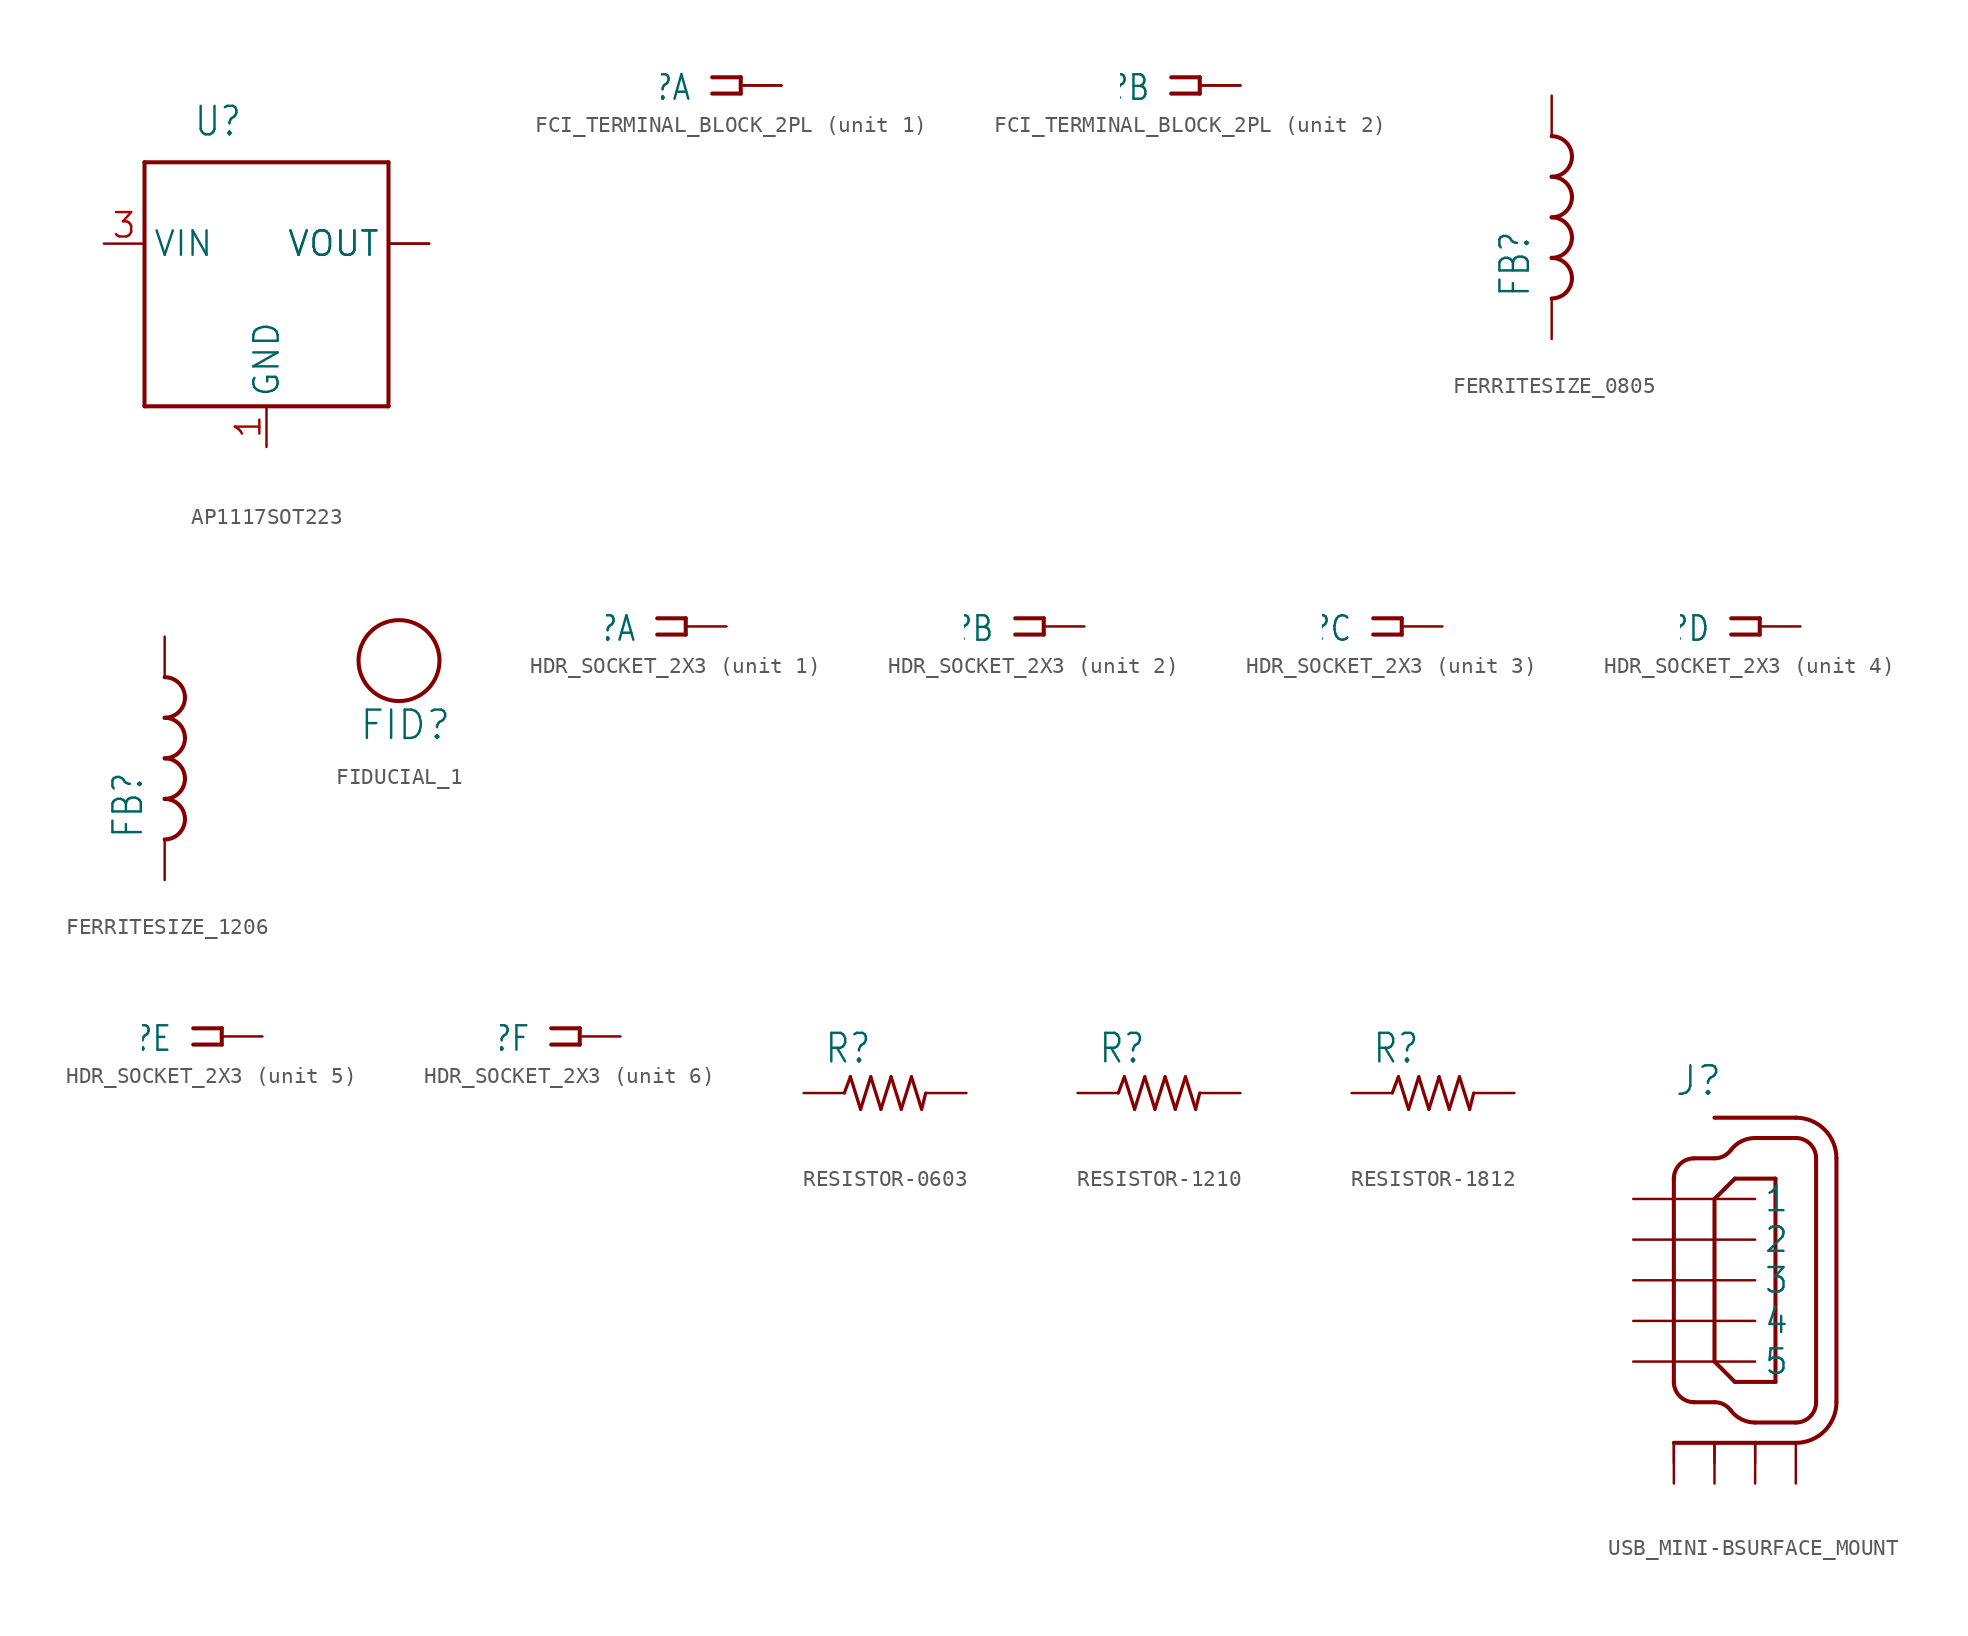
<source format=kicad_sym>
(kicad_symbol_lib
  (version 20241209)
  (generator "kicad_symbol_editor")
  (generator_version "9.0")
  (symbol "AP1117SOT223"
    (property "Reference" "U"
      (at -4.572 9.144 0)
      (effects (font (size 1.778 1.511)) (justify left bottom)))
    (property "Value" ""
      (at 5.588 -11.176 0)
      (effects (font (size 1.778 1.511)) (justify left bottom)))
    (property "ki_locked" ""
      (at 0 0 0)
      (effects (font (size 1.27 1.27))))
    (symbol "AP1117SOT223_1_0"
      (polyline (pts (xy -7.62 7.62) (xy 7.62 7.62)) (stroke (width 0.254) (type solid)) (fill (type none)))
      (polyline (pts (xy -7.62 -7.62) (xy -7.62 7.62)) (stroke (width 0.254) (type solid)) (fill (type none)))
      (polyline (pts (xy 7.62 7.62) (xy 7.62 -7.62)) (stroke (width 0.254) (type solid)) (fill (type none)))
      (polyline (pts (xy 7.62 -7.62) (xy -7.62 -7.62)) (stroke (width 0.254) (type solid)) (fill (type none)))
      (pin input line (at -10.16 2.54 0) (length 2.54) (name "VIN" (effects (font (size 1.524 1.524)))) (number "3" (effects (font (size 1.524 1.524)))))
      (pin power_in line (at 0 -10.16 90) (length 2.54) (name "GND" (effects (font (size 1.524 1.524)))) (number "1" (effects (font (size 1.524 1.524)))))
      (pin bidirectional line (at 10.16 2.54 180) (length 2.54) (name "VOUT" (effects (font (size 1.524 1.524)))) (number "2" (effects (font (size 0 0)))))
      (pin bidirectional line (at 10.16 2.54 180) (length 2.54) (name "VOUT" (effects (font (size 1.524 1.524)))) (number "4" (effects (font (size 0 0)))))))
  (symbol "FCI_TERMINAL_BLOCK_2PL"
    (property "Reference" "J"
      (at -3.048 0.762 0)
      (effects (font (size 1.524 1.295)) (justify right top)))
    (property "ki_locked" ""
      (at 0 0 0)
      (effects (font (size 1.27 1.27))))
    (symbol "FCI_TERMINAL_BLOCK_2PL_1_0"
      (polyline (pts (xy -1.778 0.508) (xy 0 0.508)) (stroke (width 0.254) (type solid)) (fill (type none)))
      (polyline (pts (xy 0 0.508) (xy 0 -0.508)) (stroke (width 0.254) (type solid)) (fill (type none)))
      (polyline (pts (xy 0 -0.508) (xy -1.778 -0.508)) (stroke (width 0.254) (type solid)) (fill (type none)))
      (pin passive line (at 2.54 0 180) (length 2.54) (name "1" (effects (font (size 0 0)))) (number "1A" (effects (font (size 0 0)))))
      (pin passive line (at 2.54 0 180) (length 2.54) (name "1" (effects (font (size 0 0)))) (number "1B" (effects (font (size 0 0))))))
    (symbol "FCI_TERMINAL_BLOCK_2PL_2_0"
      (polyline (pts (xy -1.778 0.508) (xy 0 0.508)) (stroke (width 0.254) (type solid)) (fill (type none)))
      (polyline (pts (xy 0 0.508) (xy 0 -0.508)) (stroke (width 0.254) (type solid)) (fill (type none)))
      (polyline (pts (xy 0 -0.508) (xy -1.778 -0.508)) (stroke (width 0.254) (type solid)) (fill (type none)))
      (pin passive line (at 2.54 0 180) (length 2.54) (name "1" (effects (font (size 0 0)))) (number "2A" (effects (font (size 0 0)))))
      (pin passive line (at 2.54 0 180) (length 2.54) (name "1" (effects (font (size 0 0)))) (number "2B" (effects (font (size 0 0)))))))
  (symbol "FERRITESIZE_0805"
    (property "Reference" "FB"
      (at -1.27 -5.08 90)
      (effects (font (size 1.778 1.511)) (justify left bottom)))
    (property "Value" ""
      (at 3.81 -5.08 90)
      (effects (font (size 1.778 1.511)) (justify left bottom)))
    (property "ki_locked" ""
      (at 0 0 0)
      (effects (font (size 1.27 1.27))))
    (symbol "FERRITESIZE_0805_1_0"
      (arc (start 0 5.08) (mid 0.898 4.708) (end 1.27 3.81) (stroke (width 0.254) (type solid)) (fill (type none)))
      (arc (start 1.27 3.81) (mid 0.898 2.912) (end 0 2.54) (stroke (width 0.254) (type solid)) (fill (type none)))
      (arc (start 0 2.54) (mid 0.898 2.168) (end 1.27 1.27) (stroke (width 0.254) (type solid)) (fill (type none)))
      (arc (start 1.27 1.27) (mid 0.898 0.372) (end 0 0) (stroke (width 0.254) (type solid)) (fill (type none)))
      (arc (start 0 0) (mid 0.898 -0.372) (end 1.27 -1.27) (stroke (width 0.254) (type solid)) (fill (type none)))
      (arc (start 1.27 -1.27) (mid 0.898 -2.168) (end 0 -2.54) (stroke (width 0.254) (type solid)) (fill (type none)))
      (arc (start 0 -2.54) (mid 0.898 -2.912) (end 1.27 -3.81) (stroke (width 0.254) (type solid)) (fill (type none)))
      (arc (start 1.27 -3.81) (mid 0.898 -4.708) (end 0 -5.08) (stroke (width 0.254) (type solid)) (fill (type none)))
      (pin passive line (at 0 7.62 270) (length 2.54) (name "1" (effects (font (size 0 0)))) (number "1" (effects (font (size 0 0)))))
      (pin passive line (at 0 -7.62 90) (length 2.54) (name "2" (effects (font (size 0 0)))) (number "2" (effects (font (size 0 0)))))))
  (symbol "FERRITESIZE_1206"
    (property "Reference" "FB"
      (at -1.27 -5.08 90)
      (effects (font (size 1.778 1.511)) (justify left bottom)))
    (property "Value" ""
      (at 3.81 -5.08 90)
      (effects (font (size 1.778 1.511)) (justify left bottom)))
    (property "ki_locked" ""
      (at 0 0 0)
      (effects (font (size 1.27 1.27))))
    (symbol "FERRITESIZE_1206_1_0"
      (arc (start 0 5.08) (mid 0.898 4.708) (end 1.27 3.81) (stroke (width 0.254) (type solid)) (fill (type none)))
      (arc (start 1.27 3.81) (mid 0.898 2.912) (end 0 2.54) (stroke (width 0.254) (type solid)) (fill (type none)))
      (arc (start 0 2.54) (mid 0.898 2.168) (end 1.27 1.27) (stroke (width 0.254) (type solid)) (fill (type none)))
      (arc (start 1.27 1.27) (mid 0.898 0.372) (end 0 0) (stroke (width 0.254) (type solid)) (fill (type none)))
      (arc (start 0 0) (mid 0.898 -0.372) (end 1.27 -1.27) (stroke (width 0.254) (type solid)) (fill (type none)))
      (arc (start 1.27 -1.27) (mid 0.898 -2.168) (end 0 -2.54) (stroke (width 0.254) (type solid)) (fill (type none)))
      (arc (start 0 -2.54) (mid 0.898 -2.912) (end 1.27 -3.81) (stroke (width 0.254) (type solid)) (fill (type none)))
      (arc (start 1.27 -3.81) (mid 0.898 -4.708) (end 0 -5.08) (stroke (width 0.254) (type solid)) (fill (type none)))
      (pin passive line (at 0 7.62 270) (length 2.54) (name "1" (effects (font (size 0 0)))) (number "1" (effects (font (size 0 0)))))
      (pin passive line (at 0 -7.62 90) (length 2.54) (name "2" (effects (font (size 0 0)))) (number "2" (effects (font (size 0 0)))))))
  (symbol "FIDUCIAL_1"
    (property "Reference" "FID"
      (at -2.54 -5.08 0)
      (effects (font (size 1.778 1.778)) (justify left bottom)))
    (property "ki_locked" ""
      (at 0 0 0)
      (effects (font (size 1.27 1.27))))
    (symbol "FIDUCIAL_1_1_0"
      (circle (center 0 0) (radius 2.54) (stroke (width 0.254) (type solid)) (fill (type none)))))
  (symbol "HDR_SOCKET_2X3"
    (property "Reference" "J"
      (at -3.048 0.762 0)
      (effects (font (size 1.524 1.295)) (justify right top)))
    (property "ki_locked" ""
      (at 0 0 0)
      (effects (font (size 1.27 1.27))))
    (symbol "HDR_SOCKET_2X3_1_0"
      (polyline (pts (xy -1.778 0.508) (xy 0 0.508)) (stroke (width 0.254) (type solid)) (fill (type none)))
      (polyline (pts (xy 0 0.508) (xy 0 -0.508)) (stroke (width 0.254) (type solid)) (fill (type none)))
      (polyline (pts (xy 0 -0.508) (xy -1.778 -0.508)) (stroke (width 0.254) (type solid)) (fill (type none)))
      (pin passive line (at 2.54 0 180) (length 2.54) (name "1" (effects (font (size 0 0)))) (number "1" (effects (font (size 0 0))))))
    (symbol "HDR_SOCKET_2X3_2_0"
      (polyline (pts (xy -1.778 0.508) (xy 0 0.508)) (stroke (width 0.254) (type solid)) (fill (type none)))
      (polyline (pts (xy 0 0.508) (xy 0 -0.508)) (stroke (width 0.254) (type solid)) (fill (type none)))
      (polyline (pts (xy 0 -0.508) (xy -1.778 -0.508)) (stroke (width 0.254) (type solid)) (fill (type none)))
      (pin passive line (at 2.54 0 180) (length 2.54) (name "1" (effects (font (size 0 0)))) (number "2" (effects (font (size 0 0))))))
    (symbol "HDR_SOCKET_2X3_3_0"
      (polyline (pts (xy -1.778 0.508) (xy 0 0.508)) (stroke (width 0.254) (type solid)) (fill (type none)))
      (polyline (pts (xy 0 0.508) (xy 0 -0.508)) (stroke (width 0.254) (type solid)) (fill (type none)))
      (polyline (pts (xy 0 -0.508) (xy -1.778 -0.508)) (stroke (width 0.254) (type solid)) (fill (type none)))
      (pin passive line (at 2.54 0 180) (length 2.54) (name "1" (effects (font (size 0 0)))) (number "3" (effects (font (size 0 0))))))
    (symbol "HDR_SOCKET_2X3_4_0"
      (polyline (pts (xy -1.778 0.508) (xy 0 0.508)) (stroke (width 0.254) (type solid)) (fill (type none)))
      (polyline (pts (xy 0 0.508) (xy 0 -0.508)) (stroke (width 0.254) (type solid)) (fill (type none)))
      (polyline (pts (xy 0 -0.508) (xy -1.778 -0.508)) (stroke (width 0.254) (type solid)) (fill (type none)))
      (pin passive line (at 2.54 0 180) (length 2.54) (name "1" (effects (font (size 0 0)))) (number "4" (effects (font (size 0 0))))))
    (symbol "HDR_SOCKET_2X3_5_0"
      (polyline (pts (xy -1.778 0.508) (xy 0 0.508)) (stroke (width 0.254) (type solid)) (fill (type none)))
      (polyline (pts (xy 0 0.508) (xy 0 -0.508)) (stroke (width 0.254) (type solid)) (fill (type none)))
      (polyline (pts (xy 0 -0.508) (xy -1.778 -0.508)) (stroke (width 0.254) (type solid)) (fill (type none)))
      (pin passive line (at 2.54 0 180) (length 2.54) (name "1" (effects (font (size 0 0)))) (number "5" (effects (font (size 0 0))))))
    (symbol "HDR_SOCKET_2X3_6_0"
      (polyline (pts (xy -1.778 0.508) (xy 0 0.508)) (stroke (width 0.254) (type solid)) (fill (type none)))
      (polyline (pts (xy 0 0.508) (xy 0 -0.508)) (stroke (width 0.254) (type solid)) (fill (type none)))
      (polyline (pts (xy 0 -0.508) (xy -1.778 -0.508)) (stroke (width 0.254) (type solid)) (fill (type none)))
      (pin passive line (at 2.54 0 180) (length 2.54) (name "1" (effects (font (size 0 0)))) (number "6" (effects (font (size 0 0)))))))
  (symbol "RESISTOR-0603"
    (property "Reference" "R"
      (at -3.81 1.753 0)
      (effects (font (size 1.778 1.511)) (justify left bottom)))
    (property "Value" ""
      (at -3.81 -3.556 0)
      (effects (font (size 1.778 1.511)) (justify left bottom)))
    (property "ki_locked" ""
      (at 0 0 0)
      (effects (font (size 1.27 1.27))))
    (symbol "RESISTOR-0603_1_0"
      (polyline (pts (xy -2.54 0) (xy -2.159 1.016)) (stroke (width 0.203) (type solid)) (fill (type none)))
      (polyline (pts (xy -2.159 1.016) (xy -1.524 -1.016)) (stroke (width 0.203) (type solid)) (fill (type none)))
      (polyline (pts (xy -1.524 -1.016) (xy -0.889 1.016)) (stroke (width 0.203) (type solid)) (fill (type none)))
      (polyline (pts (xy -0.889 1.016) (xy -0.254 -1.016)) (stroke (width 0.203) (type solid)) (fill (type none)))
      (polyline (pts (xy -0.254 -1.016) (xy 0.381 1.016)) (stroke (width 0.203) (type solid)) (fill (type none)))
      (polyline (pts (xy 0.381 1.016) (xy 1.016 -1.016)) (stroke (width 0.203) (type solid)) (fill (type none)))
      (polyline (pts (xy 1.016 -1.016) (xy 1.651 1.016)) (stroke (width 0.203) (type solid)) (fill (type none)))
      (polyline (pts (xy 1.651 1.016) (xy 2.286 -1.016)) (stroke (width 0.203) (type solid)) (fill (type none)))
      (polyline (pts (xy 2.286 -1.016) (xy 2.54 0)) (stroke (width 0.203) (type solid)) (fill (type none)))
      (pin passive line (at -5.08 0 0) (length 2.54) (name "1" (effects (font (size 0 0)))) (number "1" (effects (font (size 0 0)))))
      (pin passive line (at 5.08 0 180) (length 2.54) (name "2" (effects (font (size 0 0)))) (number "2" (effects (font (size 0 0)))))))
  (symbol "RESISTOR-1210"
    (property "Reference" "R"
      (at -3.81 1.753 0)
      (effects (font (size 1.778 1.511)) (justify left bottom)))
    (property "Value" ""
      (at -3.81 -3.556 0)
      (effects (font (size 1.778 1.511)) (justify left bottom)))
    (property "ki_locked" ""
      (at 0 0 0)
      (effects (font (size 1.27 1.27))))
    (symbol "RESISTOR-1210_1_0"
      (polyline (pts (xy -2.54 0) (xy -2.159 1.016)) (stroke (width 0.203) (type solid)) (fill (type none)))
      (polyline (pts (xy -2.159 1.016) (xy -1.524 -1.016)) (stroke (width 0.203) (type solid)) (fill (type none)))
      (polyline (pts (xy -1.524 -1.016) (xy -0.889 1.016)) (stroke (width 0.203) (type solid)) (fill (type none)))
      (polyline (pts (xy -0.889 1.016) (xy -0.254 -1.016)) (stroke (width 0.203) (type solid)) (fill (type none)))
      (polyline (pts (xy -0.254 -1.016) (xy 0.381 1.016)) (stroke (width 0.203) (type solid)) (fill (type none)))
      (polyline (pts (xy 0.381 1.016) (xy 1.016 -1.016)) (stroke (width 0.203) (type solid)) (fill (type none)))
      (polyline (pts (xy 1.016 -1.016) (xy 1.651 1.016)) (stroke (width 0.203) (type solid)) (fill (type none)))
      (polyline (pts (xy 1.651 1.016) (xy 2.286 -1.016)) (stroke (width 0.203) (type solid)) (fill (type none)))
      (polyline (pts (xy 2.286 -1.016) (xy 2.54 0)) (stroke (width 0.203) (type solid)) (fill (type none)))
      (pin passive line (at -5.08 0 0) (length 2.54) (name "1" (effects (font (size 0 0)))) (number "1" (effects (font (size 0 0)))))
      (pin passive line (at 5.08 0 180) (length 2.54) (name "2" (effects (font (size 0 0)))) (number "2" (effects (font (size 0 0)))))))
  (symbol "RESISTOR-1812"
    (property "Reference" "R"
      (at -3.81 1.753 0)
      (effects (font (size 1.778 1.511)) (justify left bottom)))
    (property "Value" ""
      (at -3.81 -3.556 0)
      (effects (font (size 1.778 1.511)) (justify left bottom)))
    (property "ki_locked" ""
      (at 0 0 0)
      (effects (font (size 1.27 1.27))))
    (symbol "RESISTOR-1812_1_0"
      (polyline (pts (xy -2.54 0) (xy -2.159 1.016)) (stroke (width 0.203) (type solid)) (fill (type none)))
      (polyline (pts (xy -2.159 1.016) (xy -1.524 -1.016)) (stroke (width 0.203) (type solid)) (fill (type none)))
      (polyline (pts (xy -1.524 -1.016) (xy -0.889 1.016)) (stroke (width 0.203) (type solid)) (fill (type none)))
      (polyline (pts (xy -0.889 1.016) (xy -0.254 -1.016)) (stroke (width 0.203) (type solid)) (fill (type none)))
      (polyline (pts (xy -0.254 -1.016) (xy 0.381 1.016)) (stroke (width 0.203) (type solid)) (fill (type none)))
      (polyline (pts (xy 0.381 1.016) (xy 1.016 -1.016)) (stroke (width 0.203) (type solid)) (fill (type none)))
      (polyline (pts (xy 1.016 -1.016) (xy 1.651 1.016)) (stroke (width 0.203) (type solid)) (fill (type none)))
      (polyline (pts (xy 1.651 1.016) (xy 2.286 -1.016)) (stroke (width 0.203) (type solid)) (fill (type none)))
      (polyline (pts (xy 2.286 -1.016) (xy 2.54 0)) (stroke (width 0.203) (type solid)) (fill (type none)))
      (pin passive line (at -5.08 0 0) (length 2.54) (name "1" (effects (font (size 0 0)))) (number "1" (effects (font (size 0 0)))))
      (pin passive line (at 5.08 0 180) (length 2.54) (name "2" (effects (font (size 0 0)))) (number "2" (effects (font (size 0 0)))))))
  (symbol "USB_MINI-BSURFACE_MOUNT"
    (property "Reference" "J"
      (at -5.08 11.43 0)
      (effects (font (size 1.778 1.778)) (justify left bottom)))
    (property "Value" ""
      (at 7.62 -7.62 90)
      (effects (font (size 1.778 1.778)) (justify left bottom)))
    (property "ki_locked" ""
      (at 0 0 0)
      (effects (font (size 1.27 1.27))))
    (symbol "USB_MINI-BSURFACE_MOUNT_1_0"
      (polyline (pts (xy -5.08 6.35) (xy -5.08 -6.35)) (stroke (width 0.254) (type solid)) (fill (type none)))
      (polyline (pts (xy -5.08 -10.16) (xy -2.54 -10.16)) (stroke (width 0.254) (type solid)) (fill (type none)))
      (polyline (pts (xy -5.08 -11.43) (xy -5.08 -10.16)) (stroke (width 0.152) (type solid)) (fill (type none)))
      (polyline (pts (xy -3.81 7.62) (xy -2.54 7.62)) (stroke (width 0.254) (type solid)) (fill (type none)))
      (arc (start -5.08 6.35) (mid -4.708 7.248) (end -3.81 7.62) (stroke (width 0.254) (type solid)) (fill (type none)))
      (arc (start -3.81 -7.62) (mid -4.708 -7.248) (end -5.08 -6.35) (stroke (width 0.254) (type solid)) (fill (type none)))
      (polyline (pts (xy -3.81 -7.62) (xy -2.54 -7.62)) (stroke (width 0.254) (type solid)) (fill (type none)))
      (arc (start -1.524 8.128) (mid -1.972 7.7541) (end -2.54 7.62) (stroke (width 0.254) (type solid)) (fill (type none)))
      (polyline (pts (xy -2.54 5.08) (xy -2.54 -5.08)) (stroke (width 0.254) (type solid)) (fill (type none)))
      (polyline (pts (xy -2.54 -5.08) (xy -1.27 -6.35)) (stroke (width 0.254) (type solid)) (fill (type none)))
      (arc (start -2.54 -7.62) (mid -1.972 -7.7541) (end -1.524 -8.128) (stroke (width 0.254) (type solid)) (fill (type none)))
      (polyline (pts (xy -2.54 -10.16) (xy 0 -10.16)) (stroke (width 0.254) (type solid)) (fill (type none)))
      (polyline (pts (xy -2.54 -11.43) (xy -2.54 -10.16)) (stroke (width 0.152) (type solid)) (fill (type none)))
      (polyline (pts (xy -1.27 6.35) (xy -2.54 5.08)) (stroke (width 0.254) (type solid)) (fill (type none)))
      (polyline (pts (xy -1.27 -6.35) (xy 1.27 -6.35)) (stroke (width 0.254) (type solid)) (fill (type none)))
      (polyline (pts (xy 0 8.89) (xy 2.54 8.89)) (stroke (width 0.254) (type solid)) (fill (type none)))
      (arc (start -1.524 8.128) (mid -0.8519 8.6889) (end 0.0001 8.89) (stroke (width 0.254) (type solid)) (fill (type none)))
      (arc (start 0.0001 -8.89) (mid -0.8519 -8.6889) (end -1.524 -8.128) (stroke (width 0.254) (type solid)) (fill (type none)))
      (polyline (pts (xy 0 -8.89) (xy 2.54 -8.89)) (stroke (width 0.254) (type solid)) (fill (type none)))
      (polyline (pts (xy 0 -10.16) (xy 2.54 -10.16)) (stroke (width 0.254) (type solid)) (fill (type none)))
      (polyline (pts (xy 0 -11.43) (xy 0 -10.16)) (stroke (width 0.152) (type solid)) (fill (type none)))
      (polyline (pts (xy 1.27 6.35) (xy -1.27 6.35)) (stroke (width 0.254) (type solid)) (fill (type none)))
      (polyline (pts (xy 1.27 -6.35) (xy 1.27 6.35)) (stroke (width 0.254) (type solid)) (fill (type none)))
      (polyline (pts (xy 2.54 10.16) (xy -2.54 10.16)) (stroke (width 0.254) (type solid)) (fill (type none)))
      (arc (start 2.54 10.16) (mid 4.3361 9.4161) (end 5.08 7.62) (stroke (width 0.254) (type solid)) (fill (type none)))
      (arc (start 2.54 8.89) (mid 3.438 8.518) (end 3.81 7.62) (stroke (width 0.254) (type solid)) (fill (type none)))
      (arc (start 3.81 -7.62) (mid 3.438 -8.518) (end 2.54 -8.89) (stroke (width 0.254) (type solid)) (fill (type none)))
      (arc (start 5.08 -7.62) (mid 4.3361 -9.4161) (end 2.54 -10.16) (stroke (width 0.254) (type solid)) (fill (type none)))
      (polyline (pts (xy 3.81 -7.62) (xy 3.81 7.62)) (stroke (width 0.254) (type solid)) (fill (type none)))
      (polyline (pts (xy 5.08 -7.62) (xy 5.08 7.62)) (stroke (width 0.254) (type solid)) (fill (type none)))
      (pin passive line (at -7.62 5.08 0) (length 7.62) (name "1" (effects (font (size 1.524 1.524)))) (number "1" (effects (font (size 0 0)))))
      (pin passive line (at -7.62 2.54 0) (length 7.62) (name "2" (effects (font (size 1.524 1.524)))) (number "2" (effects (font (size 0 0)))))
      (pin passive line (at -7.62 0 0) (length 7.62) (name "3" (effects (font (size 1.524 1.524)))) (number "3" (effects (font (size 0 0)))))
      (pin passive line (at -7.62 -2.54 0) (length 7.62) (name "4" (effects (font (size 1.524 1.524)))) (number "4" (effects (font (size 0 0)))))
      (pin passive line (at -7.62 -5.08 0) (length 7.62) (name "5" (effects (font (size 1.524 1.524)))) (number "5" (effects (font (size 0 0)))))
      (pin passive line (at -5.08 -12.7 90) (length 2.54) (name "S1" (effects (font (size 0 0)))) (number "M1" (effects (font (size 0 0)))))
      (pin passive line (at -2.54 -12.7 90) (length 2.54) (name "S2" (effects (font (size 0 0)))) (number "M2" (effects (font (size 0 0)))))
      (pin passive line (at 0 -12.7 90) (length 2.54) (name "S3" (effects (font (size 0 0)))) (number "M3" (effects (font (size 0 0)))))
      (pin passive line (at 2.54 -12.7 90) (length 2.54) (name "S4" (effects (font (size 0 0)))) (number "M4" (effects (font (size 0 0))))))))
</source>
